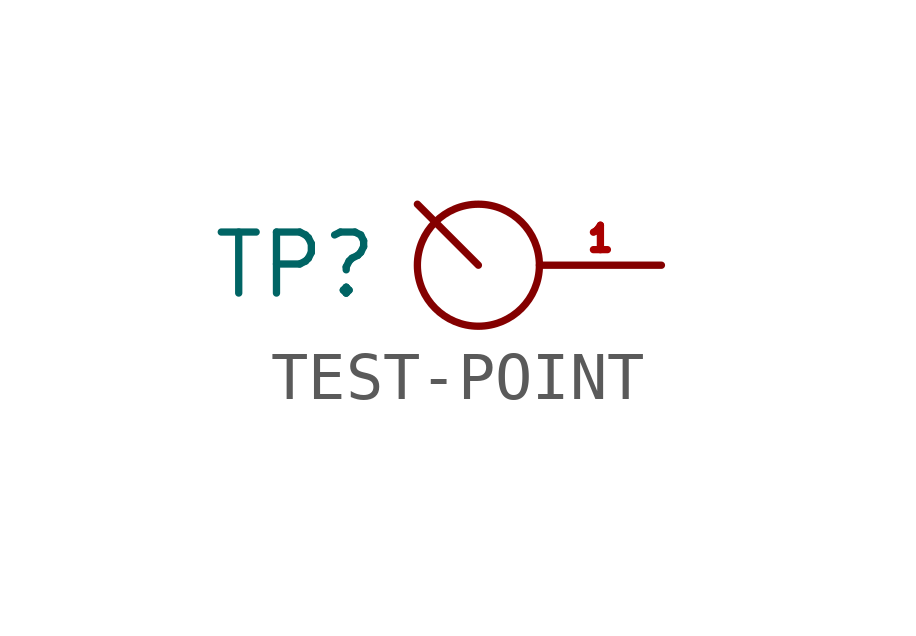
<source format=kicad_sym>
(kicad_symbol_lib
  (version 20211014)
  (generator kicad_symbol_editor)
  (symbol "TEST-POINT"
    (property "Reference" "TP"
      (at -5.08 0 0)
      (effects (font (size 1.27 1.27))))
    (symbol "TEST-POINT_0_1"
      (circle (center -1.27 0) (radius 1.27) (stroke (width 0) (type default) (color 0 0 0 0)) (fill (type none)))
      (polyline (pts (xy -1.27 0) (xy -2.54 1.27)) (stroke (width 0) (type default) (color 0 0 0 0)) (fill (type none))))
    (symbol "TEST-POINT_1_1"
      (pin unspecified line (at 2.54 0 180) (length 2.54) (name "~" (effects (font (size 1.27 1.27)))) (number "1" (effects (font (size 0.508 0.508))))))))
</source>
